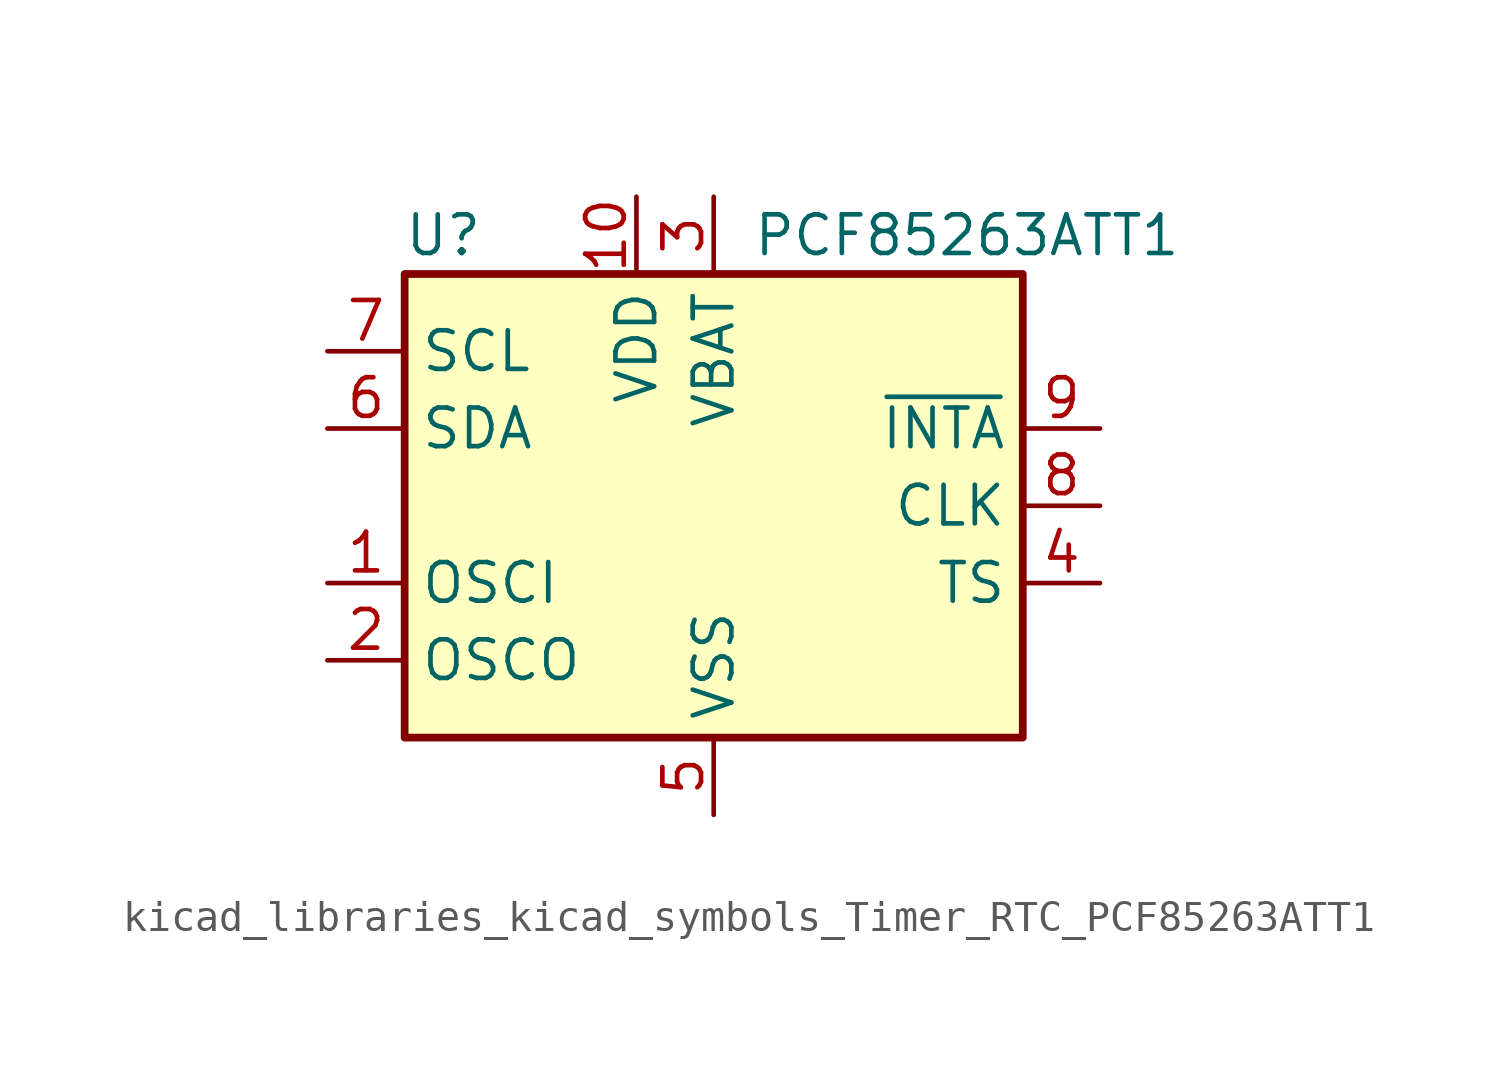
<source format=kicad_sym>
(kicad_symbol_lib
  (version 20220914)
  (generator kicad_symbol_editor)
  (symbol "kicad_libraries_kicad_symbols_Timer_RTC_PCF85263ATT1"
    (property "Reference" "U"
      (at -8.89 8.89 0)
      (effects (font (size 1.27 1.27))))
    (property "Value" "PCF85263ATT1"
      (at 1.27 8.89 0)
      (effects (font (size 1.27 1.27)) (justify left)))
    (symbol "kicad_libraries_kicad_symbols_Timer_RTC_PCF85263ATT1_0_1"
      (rectangle (start -10.16 7.62) (end 10.16 -7.62) (stroke (width 0.254) (type default)) (fill (type background))))
    (symbol "kicad_libraries_kicad_symbols_Timer_RTC_PCF85263ATT1_1_1"
      (pin input line (at -12.7 -2.54 0) (length 2.54) (name "OSCI" (effects (font (size 1.27 1.27)))) (number "1" (effects (font (size 1.27 1.27)))))
      (pin power_in line (at -2.54 10.16 270) (length 2.54) (name "VDD" (effects (font (size 1.27 1.27)))) (number "10" (effects (font (size 1.27 1.27)))))
      (pin output line (at -12.7 -5.08 0) (length 2.54) (name "OSCO" (effects (font (size 1.27 1.27)))) (number "2" (effects (font (size 1.27 1.27)))))
      (pin power_in line (at 0 10.16 270) (length 2.54) (name "VBAT" (effects (font (size 1.27 1.27)))) (number "3" (effects (font (size 1.27 1.27)))))
      (pin bidirectional line (at 12.7 -2.54 180) (length 2.54) (name "TS" (effects (font (size 1.27 1.27)))) (number "4" (effects (font (size 1.27 1.27)))))
      (pin power_in line (at 0 -10.16 90) (length 2.54) (name "VSS" (effects (font (size 1.27 1.27)))) (number "5" (effects (font (size 1.27 1.27)))))
      (pin bidirectional line (at -12.7 2.54 0) (length 2.54) (name "SDA" (effects (font (size 1.27 1.27)))) (number "6" (effects (font (size 1.27 1.27)))))
      (pin input line (at -12.7 5.08 0) (length 2.54) (name "SCL" (effects (font (size 1.27 1.27)))) (number "7" (effects (font (size 1.27 1.27)))))
      (pin output line (at 12.7 0 180) (length 2.54) (name "CLK" (effects (font (size 1.27 1.27)))) (number "8" (effects (font (size 1.27 1.27)))))
      (pin open_collector line (at 12.7 2.54 180) (length 2.54) (name "~{INTA}" (effects (font (size 1.27 1.27)))) (number "9" (effects (font (size 1.27 1.27))))))))
</source>
